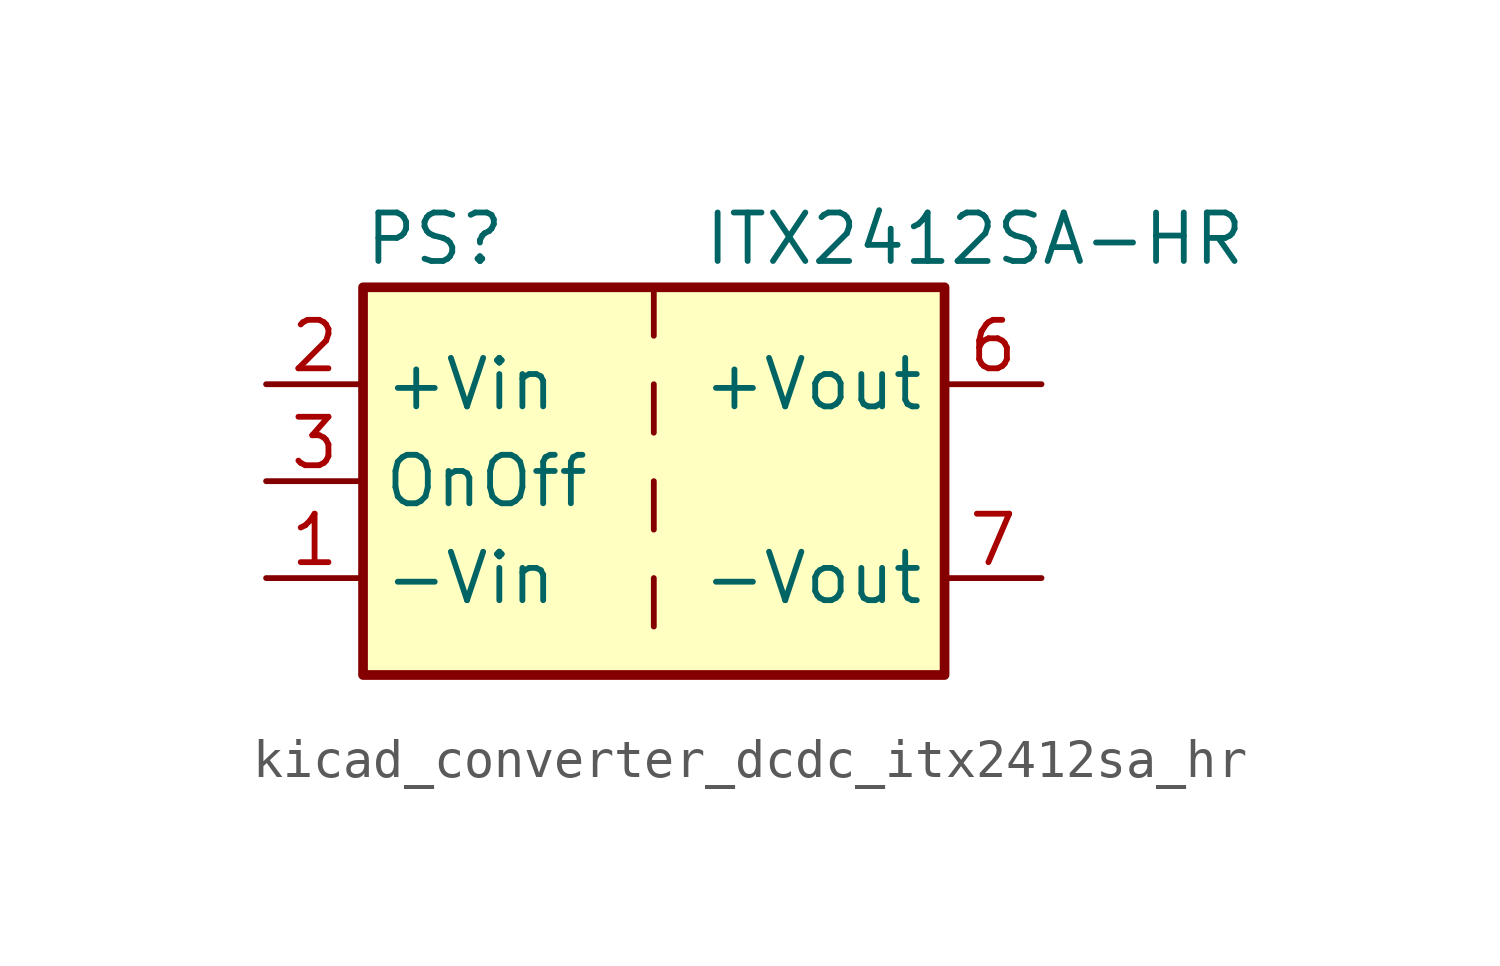
<source format=kicad_sym>
(kicad_symbol_lib
  (version 20220914)
  (generator kicad_symbol_editor)
  (symbol "kicad_converter_dcdc_itx2412sa_hr"
    (property "Reference" "PS"
      (at -7.62 6.35 0)
      (effects (font (size 1.27 1.27)) (justify left)))
    (property "Value" "ITX2412SA-HR"
      (at 1.27 6.35 0)
      (effects (font (size 1.27 1.27)) (justify left)))
    (symbol "kicad_converter_dcdc_itx2412sa_hr_0_0"
      (pin power_in line (at -10.16 -2.54 0) (length 2.54) (name "-Vin" (effects (font (size 1.27 1.27)))) (number "1" (effects (font (size 1.27 1.27)))))
      (pin power_in line (at -10.16 2.54 0) (length 2.54) (name "+Vin" (effects (font (size 1.27 1.27)))) (number "2" (effects (font (size 1.27 1.27)))))
      (pin input line (at -10.16 0 0) (length 2.54) (name "OnOff" (effects (font (size 1.27 1.27)))) (number "3" (effects (font (size 1.27 1.27)))))
      (pin no_connect line (at 0 5.08 270) (length 2.54) hide (name "NC" (effects (font (size 1.27 1.27)))) (number "5" (effects (font (size 1.27 1.27)))))
      (pin power_out line (at 10.16 2.54 180) (length 2.54) (name "+Vout" (effects (font (size 1.27 1.27)))) (number "6" (effects (font (size 1.27 1.27)))))
      (pin power_out line (at 10.16 -2.54 180) (length 2.54) (name "-Vout" (effects (font (size 1.27 1.27)))) (number "7" (effects (font (size 1.27 1.27)))))
      (pin no_connect line (at 7.62 0 180) (length 2.54) hide (name "NC" (effects (font (size 1.27 1.27)))) (number "8" (effects (font (size 1.27 1.27))))))
    (symbol "kicad_converter_dcdc_itx2412sa_hr_0_1"
      (rectangle (start -7.62 5.08) (end 7.62 -5.08) (stroke (width 0.254) (type default)) (fill (type background)))
      (polyline (pts (xy 0 -2.54) (xy 0 -3.81)) (stroke (width 0) (type default)) (fill (type none)))
      (polyline (pts (xy 0 0) (xy 0 -1.27)) (stroke (width 0) (type default)) (fill (type none)))
      (polyline (pts (xy 0 2.54) (xy 0 1.27)) (stroke (width 0) (type default)) (fill (type none)))
      (polyline (pts (xy 0 5.08) (xy 0 3.81)) (stroke (width 0) (type default)) (fill (type none))))))
</source>
